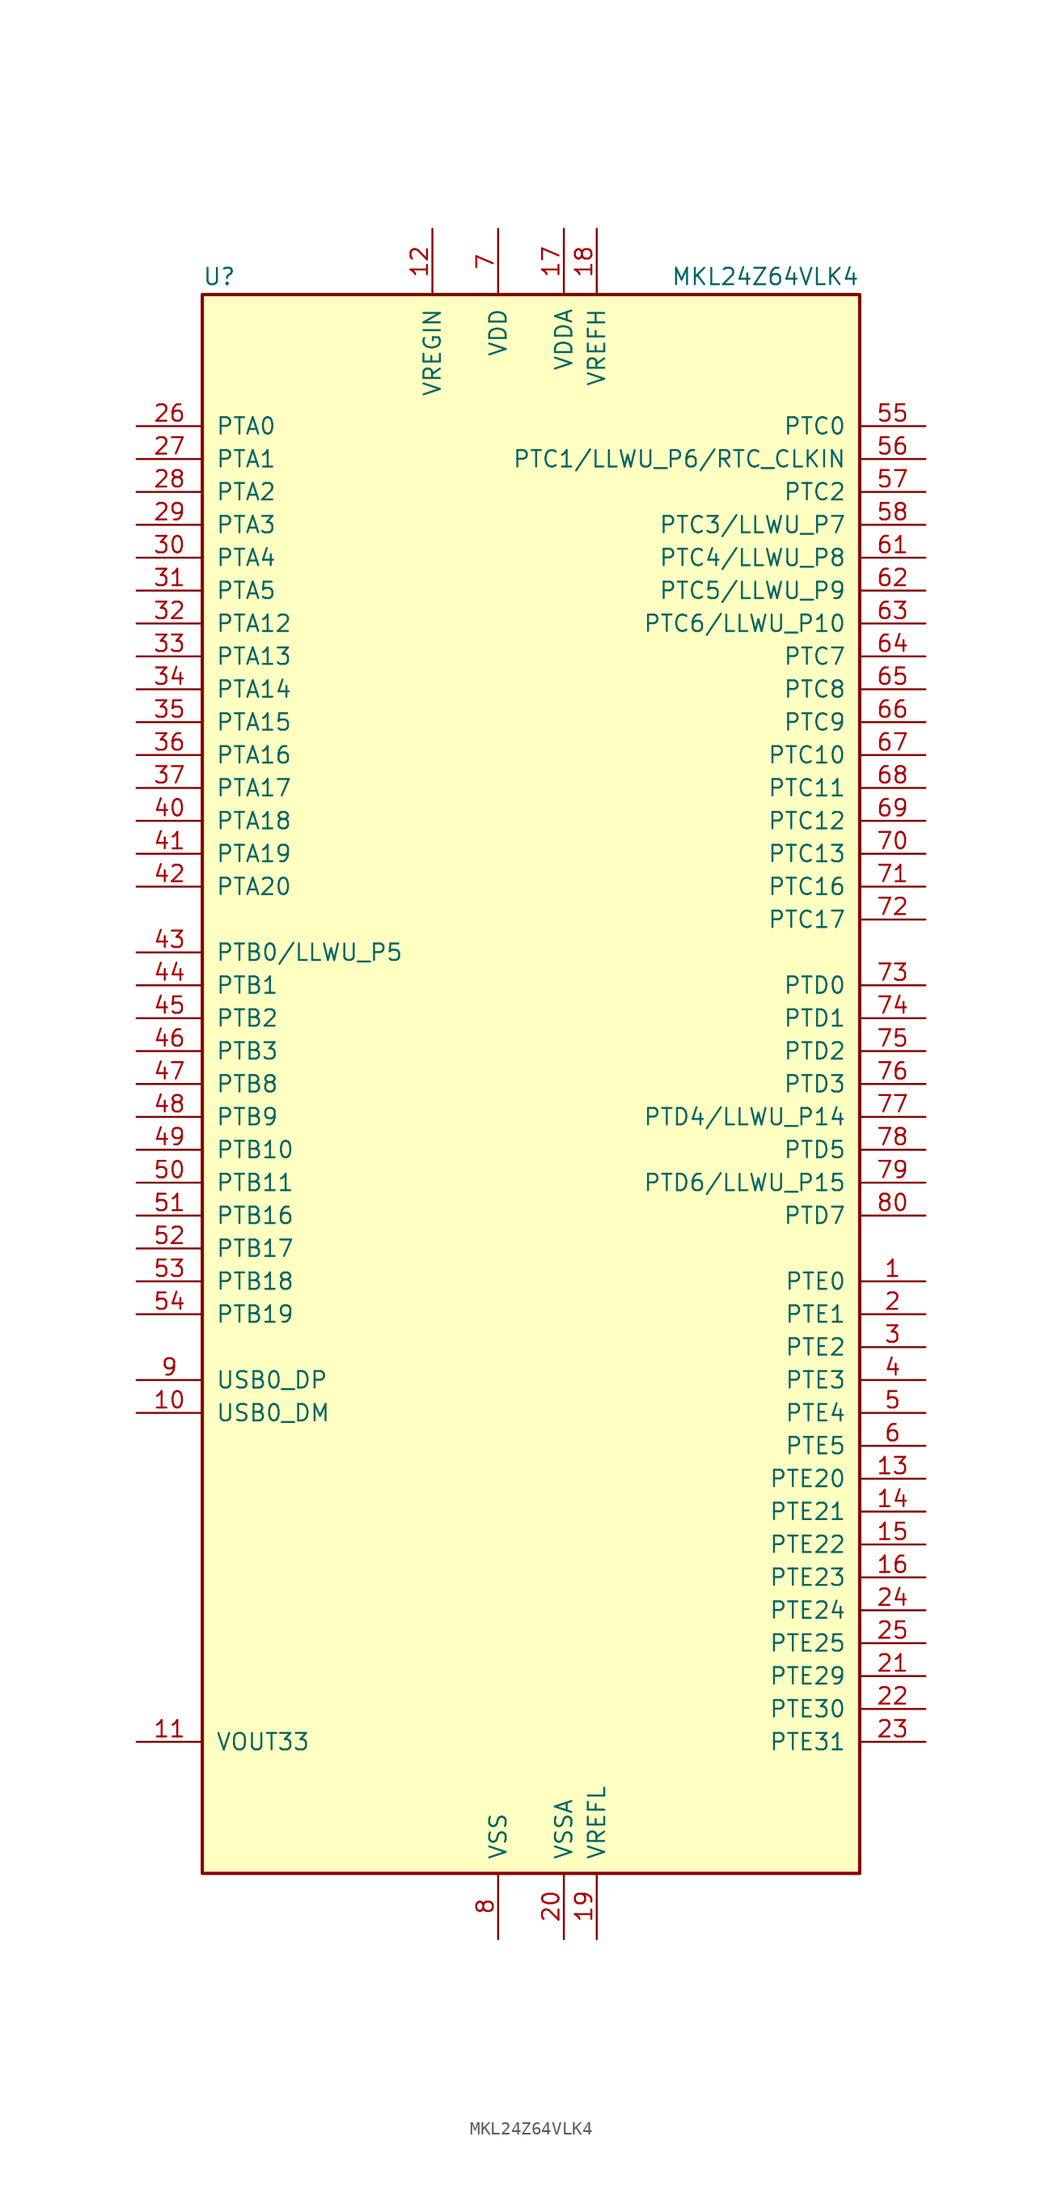
<source format=kicad_sym>
(kicad_symbol_lib
  (version 20231120)
  (generator "kicad_symbol_editor")
  (generator_version "8.0")
  (symbol "MKL24Z64VLK4"
    (pin_names
      (offset 1.016))
    (property "Reference" "U"
      (at -25.4 61.595 0)
      (effects (font (size 1.27 1.27)) (justify left bottom)))
    (property "Value" "MKL24Z64VLK4"
      (at 25.4 61.595 0)
      (effects (font (size 1.27 1.27)) (justify right bottom)))
    (symbol "MKL24Z64VLK4_0_1"
      (rectangle (start -25.4 60.96) (end 25.4 -60.96) (stroke (width 0.254) (type default)) (fill (type background))))
    (symbol "MKL24Z64VLK4_1_1"
      (pin bidirectional line (at 30.48 -15.24 180) (length 5.08) (name "PTE0" (effects (font (size 1.27 1.27)))) (number "1" (effects (font (size 1.27 1.27)))))
      (pin bidirectional line (at -30.48 -25.4 0) (length 5.08) (name "USB0_DM" (effects (font (size 1.27 1.27)))) (number "10" (effects (font (size 1.27 1.27)))))
      (pin power_out line (at -30.48 -50.8 0) (length 5.08) (name "VOUT33" (effects (font (size 1.27 1.27)))) (number "11" (effects (font (size 1.27 1.27)))))
      (pin power_in line (at -7.62 66.04 270) (length 5.08) (name "VREGIN" (effects (font (size 1.27 1.27)))) (number "12" (effects (font (size 1.27 1.27)))))
      (pin bidirectional line (at 30.48 -30.48 180) (length 5.08) (name "PTE20" (effects (font (size 1.27 1.27)))) (number "13" (effects (font (size 1.27 1.27)))))
      (pin bidirectional line (at 30.48 -33.02 180) (length 5.08) (name "PTE21" (effects (font (size 1.27 1.27)))) (number "14" (effects (font (size 1.27 1.27)))))
      (pin bidirectional line (at 30.48 -35.56 180) (length 5.08) (name "PTE22" (effects (font (size 1.27 1.27)))) (number "15" (effects (font (size 1.27 1.27)))))
      (pin bidirectional line (at 30.48 -38.1 180) (length 5.08) (name "PTE23" (effects (font (size 1.27 1.27)))) (number "16" (effects (font (size 1.27 1.27)))))
      (pin power_in line (at 2.54 66.04 270) (length 5.08) (name "VDDA" (effects (font (size 1.27 1.27)))) (number "17" (effects (font (size 1.27 1.27)))))
      (pin power_in line (at 5.08 66.04 270) (length 5.08) (name "VREFH" (effects (font (size 1.27 1.27)))) (number "18" (effects (font (size 1.27 1.27)))))
      (pin power_in line (at 5.08 -66.04 90) (length 5.08) (name "VREFL" (effects (font (size 1.27 1.27)))) (number "19" (effects (font (size 1.27 1.27)))))
      (pin bidirectional line (at 30.48 -17.78 180) (length 5.08) (name "PTE1" (effects (font (size 1.27 1.27)))) (number "2" (effects (font (size 1.27 1.27)))))
      (pin power_in line (at 2.54 -66.04 90) (length 5.08) (name "VSSA" (effects (font (size 1.27 1.27)))) (number "20" (effects (font (size 1.27 1.27)))))
      (pin bidirectional line (at 30.48 -45.72 180) (length 5.08) (name "PTE29" (effects (font (size 1.27 1.27)))) (number "21" (effects (font (size 1.27 1.27)))))
      (pin bidirectional line (at 30.48 -48.26 180) (length 5.08) (name "PTE30" (effects (font (size 1.27 1.27)))) (number "22" (effects (font (size 1.27 1.27)))))
      (pin bidirectional line (at 30.48 -50.8 180) (length 5.08) (name "PTE31" (effects (font (size 1.27 1.27)))) (number "23" (effects (font (size 1.27 1.27)))))
      (pin bidirectional line (at 30.48 -40.64 180) (length 5.08) (name "PTE24" (effects (font (size 1.27 1.27)))) (number "24" (effects (font (size 1.27 1.27)))))
      (pin bidirectional line (at 30.48 -43.18 180) (length 5.08) (name "PTE25" (effects (font (size 1.27 1.27)))) (number "25" (effects (font (size 1.27 1.27)))))
      (pin bidirectional line (at -30.48 50.8 0) (length 5.08) (name "PTA0" (effects (font (size 1.27 1.27)))) (number "26" (effects (font (size 1.27 1.27)))))
      (pin bidirectional line (at -30.48 48.26 0) (length 5.08) (name "PTA1" (effects (font (size 1.27 1.27)))) (number "27" (effects (font (size 1.27 1.27)))))
      (pin bidirectional line (at -30.48 45.72 0) (length 5.08) (name "PTA2" (effects (font (size 1.27 1.27)))) (number "28" (effects (font (size 1.27 1.27)))))
      (pin bidirectional line (at -30.48 43.18 0) (length 5.08) (name "PTA3" (effects (font (size 1.27 1.27)))) (number "29" (effects (font (size 1.27 1.27)))))
      (pin bidirectional line (at 30.48 -20.32 180) (length 5.08) (name "PTE2" (effects (font (size 1.27 1.27)))) (number "3" (effects (font (size 1.27 1.27)))))
      (pin bidirectional line (at -30.48 40.64 0) (length 5.08) (name "PTA4" (effects (font (size 1.27 1.27)))) (number "30" (effects (font (size 1.27 1.27)))))
      (pin bidirectional line (at -30.48 38.1 0) (length 5.08) (name "PTA5" (effects (font (size 1.27 1.27)))) (number "31" (effects (font (size 1.27 1.27)))))
      (pin bidirectional line (at -30.48 35.56 0) (length 5.08) (name "PTA12" (effects (font (size 1.27 1.27)))) (number "32" (effects (font (size 1.27 1.27)))))
      (pin bidirectional line (at -30.48 33.02 0) (length 5.08) (name "PTA13" (effects (font (size 1.27 1.27)))) (number "33" (effects (font (size 1.27 1.27)))))
      (pin bidirectional line (at -30.48 30.48 0) (length 5.08) (name "PTA14" (effects (font (size 1.27 1.27)))) (number "34" (effects (font (size 1.27 1.27)))))
      (pin bidirectional line (at -30.48 27.94 0) (length 5.08) (name "PTA15" (effects (font (size 1.27 1.27)))) (number "35" (effects (font (size 1.27 1.27)))))
      (pin bidirectional line (at -30.48 25.4 0) (length 5.08) (name "PTA16" (effects (font (size 1.27 1.27)))) (number "36" (effects (font (size 1.27 1.27)))))
      (pin bidirectional line (at -30.48 22.86 0) (length 5.08) (name "PTA17" (effects (font (size 1.27 1.27)))) (number "37" (effects (font (size 1.27 1.27)))))
      (pin passive line (at -2.54 66.04 270) (length 5.08) hide (name "VDD" (effects (font (size 1.27 1.27)))) (number "38" (effects (font (size 1.27 1.27)))))
      (pin passive line (at -2.54 -66.04 90) (length 5.08) hide (name "VSS" (effects (font (size 1.27 1.27)))) (number "39" (effects (font (size 1.27 1.27)))))
      (pin bidirectional line (at 30.48 -22.86 180) (length 5.08) (name "PTE3" (effects (font (size 1.27 1.27)))) (number "4" (effects (font (size 1.27 1.27)))))
      (pin bidirectional line (at -30.48 20.32 0) (length 5.08) (name "PTA18" (effects (font (size 1.27 1.27)))) (number "40" (effects (font (size 1.27 1.27)))))
      (pin bidirectional line (at -30.48 17.78 0) (length 5.08) (name "PTA19" (effects (font (size 1.27 1.27)))) (number "41" (effects (font (size 1.27 1.27)))))
      (pin bidirectional line (at -30.48 15.24 0) (length 5.08) (name "PTA20" (effects (font (size 1.27 1.27)))) (number "42" (effects (font (size 1.27 1.27)))))
      (pin bidirectional line (at -30.48 10.16 0) (length 5.08) (name "PTB0/LLWU_P5" (effects (font (size 1.27 1.27)))) (number "43" (effects (font (size 1.27 1.27)))))
      (pin bidirectional line (at -30.48 7.62 0) (length 5.08) (name "PTB1" (effects (font (size 1.27 1.27)))) (number "44" (effects (font (size 1.27 1.27)))))
      (pin bidirectional line (at -30.48 5.08 0) (length 5.08) (name "PTB2" (effects (font (size 1.27 1.27)))) (number "45" (effects (font (size 1.27 1.27)))))
      (pin bidirectional line (at -30.48 2.54 0) (length 5.08) (name "PTB3" (effects (font (size 1.27 1.27)))) (number "46" (effects (font (size 1.27 1.27)))))
      (pin bidirectional line (at -30.48 0 0) (length 5.08) (name "PTB8" (effects (font (size 1.27 1.27)))) (number "47" (effects (font (size 1.27 1.27)))))
      (pin bidirectional line (at -30.48 -2.54 0) (length 5.08) (name "PTB9" (effects (font (size 1.27 1.27)))) (number "48" (effects (font (size 1.27 1.27)))))
      (pin bidirectional line (at -30.48 -5.08 0) (length 5.08) (name "PTB10" (effects (font (size 1.27 1.27)))) (number "49" (effects (font (size 1.27 1.27)))))
      (pin bidirectional line (at 30.48 -25.4 180) (length 5.08) (name "PTE4" (effects (font (size 1.27 1.27)))) (number "5" (effects (font (size 1.27 1.27)))))
      (pin bidirectional line (at -30.48 -7.62 0) (length 5.08) (name "PTB11" (effects (font (size 1.27 1.27)))) (number "50" (effects (font (size 1.27 1.27)))))
      (pin bidirectional line (at -30.48 -10.16 0) (length 5.08) (name "PTB16" (effects (font (size 1.27 1.27)))) (number "51" (effects (font (size 1.27 1.27)))))
      (pin bidirectional line (at -30.48 -12.7 0) (length 5.08) (name "PTB17" (effects (font (size 1.27 1.27)))) (number "52" (effects (font (size 1.27 1.27)))))
      (pin bidirectional line (at -30.48 -15.24 0) (length 5.08) (name "PTB18" (effects (font (size 1.27 1.27)))) (number "53" (effects (font (size 1.27 1.27)))))
      (pin bidirectional line (at -30.48 -17.78 0) (length 5.08) (name "PTB19" (effects (font (size 1.27 1.27)))) (number "54" (effects (font (size 1.27 1.27)))))
      (pin bidirectional line (at 30.48 50.8 180) (length 5.08) (name "PTC0" (effects (font (size 1.27 1.27)))) (number "55" (effects (font (size 1.27 1.27)))))
      (pin bidirectional line (at 30.48 48.26 180) (length 5.08) (name "PTC1/LLWU_P6/RTC_CLKIN" (effects (font (size 1.27 1.27)))) (number "56" (effects (font (size 1.27 1.27)))))
      (pin bidirectional line (at 30.48 45.72 180) (length 5.08) (name "PTC2" (effects (font (size 1.27 1.27)))) (number "57" (effects (font (size 1.27 1.27)))))
      (pin bidirectional line (at 30.48 43.18 180) (length 5.08) (name "PTC3/LLWU_P7" (effects (font (size 1.27 1.27)))) (number "58" (effects (font (size 1.27 1.27)))))
      (pin passive line (at -2.54 -66.04 90) (length 5.08) hide (name "VSS" (effects (font (size 1.27 1.27)))) (number "59" (effects (font (size 1.27 1.27)))))
      (pin bidirectional line (at 30.48 -27.94 180) (length 5.08) (name "PTE5" (effects (font (size 1.27 1.27)))) (number "6" (effects (font (size 1.27 1.27)))))
      (pin passive line (at -2.54 66.04 270) (length 5.08) hide (name "VDD" (effects (font (size 1.27 1.27)))) (number "60" (effects (font (size 1.27 1.27)))))
      (pin bidirectional line (at 30.48 40.64 180) (length 5.08) (name "PTC4/LLWU_P8" (effects (font (size 1.27 1.27)))) (number "61" (effects (font (size 1.27 1.27)))))
      (pin bidirectional line (at 30.48 38.1 180) (length 5.08) (name "PTC5/LLWU_P9" (effects (font (size 1.27 1.27)))) (number "62" (effects (font (size 1.27 1.27)))))
      (pin bidirectional line (at 30.48 35.56 180) (length 5.08) (name "PTC6/LLWU_P10" (effects (font (size 1.27 1.27)))) (number "63" (effects (font (size 1.27 1.27)))))
      (pin bidirectional line (at 30.48 33.02 180) (length 5.08) (name "PTC7" (effects (font (size 1.27 1.27)))) (number "64" (effects (font (size 1.27 1.27)))))
      (pin bidirectional line (at 30.48 30.48 180) (length 5.08) (name "PTC8" (effects (font (size 1.27 1.27)))) (number "65" (effects (font (size 1.27 1.27)))))
      (pin bidirectional line (at 30.48 27.94 180) (length 5.08) (name "PTC9" (effects (font (size 1.27 1.27)))) (number "66" (effects (font (size 1.27 1.27)))))
      (pin bidirectional line (at 30.48 25.4 180) (length 5.08) (name "PTC10" (effects (font (size 1.27 1.27)))) (number "67" (effects (font (size 1.27 1.27)))))
      (pin bidirectional line (at 30.48 22.86 180) (length 5.08) (name "PTC11" (effects (font (size 1.27 1.27)))) (number "68" (effects (font (size 1.27 1.27)))))
      (pin bidirectional line (at 30.48 20.32 180) (length 5.08) (name "PTC12" (effects (font (size 1.27 1.27)))) (number "69" (effects (font (size 1.27 1.27)))))
      (pin power_in line (at -2.54 66.04 270) (length 5.08) (name "VDD" (effects (font (size 1.27 1.27)))) (number "7" (effects (font (size 1.27 1.27)))))
      (pin bidirectional line (at 30.48 17.78 180) (length 5.08) (name "PTC13" (effects (font (size 1.27 1.27)))) (number "70" (effects (font (size 1.27 1.27)))))
      (pin bidirectional line (at 30.48 15.24 180) (length 5.08) (name "PTC16" (effects (font (size 1.27 1.27)))) (number "71" (effects (font (size 1.27 1.27)))))
      (pin bidirectional line (at 30.48 12.7 180) (length 5.08) (name "PTC17" (effects (font (size 1.27 1.27)))) (number "72" (effects (font (size 1.27 1.27)))))
      (pin bidirectional line (at 30.48 7.62 180) (length 5.08) (name "PTD0" (effects (font (size 1.27 1.27)))) (number "73" (effects (font (size 1.27 1.27)))))
      (pin bidirectional line (at 30.48 5.08 180) (length 5.08) (name "PTD1" (effects (font (size 1.27 1.27)))) (number "74" (effects (font (size 1.27 1.27)))))
      (pin bidirectional line (at 30.48 2.54 180) (length 5.08) (name "PTD2" (effects (font (size 1.27 1.27)))) (number "75" (effects (font (size 1.27 1.27)))))
      (pin bidirectional line (at 30.48 0 180) (length 5.08) (name "PTD3" (effects (font (size 1.27 1.27)))) (number "76" (effects (font (size 1.27 1.27)))))
      (pin bidirectional line (at 30.48 -2.54 180) (length 5.08) (name "PTD4/LLWU_P14" (effects (font (size 1.27 1.27)))) (number "77" (effects (font (size 1.27 1.27)))))
      (pin bidirectional line (at 30.48 -5.08 180) (length 5.08) (name "PTD5" (effects (font (size 1.27 1.27)))) (number "78" (effects (font (size 1.27 1.27)))))
      (pin bidirectional line (at 30.48 -7.62 180) (length 5.08) (name "PTD6/LLWU_P15" (effects (font (size 1.27 1.27)))) (number "79" (effects (font (size 1.27 1.27)))))
      (pin power_in line (at -2.54 -66.04 90) (length 5.08) (name "VSS" (effects (font (size 1.27 1.27)))) (number "8" (effects (font (size 1.27 1.27)))))
      (pin bidirectional line (at 30.48 -10.16 180) (length 5.08) (name "PTD7" (effects (font (size 1.27 1.27)))) (number "80" (effects (font (size 1.27 1.27)))))
      (pin bidirectional line (at -30.48 -22.86 0) (length 5.08) (name "USB0_DP" (effects (font (size 1.27 1.27)))) (number "9" (effects (font (size 1.27 1.27))))))))
</source>
